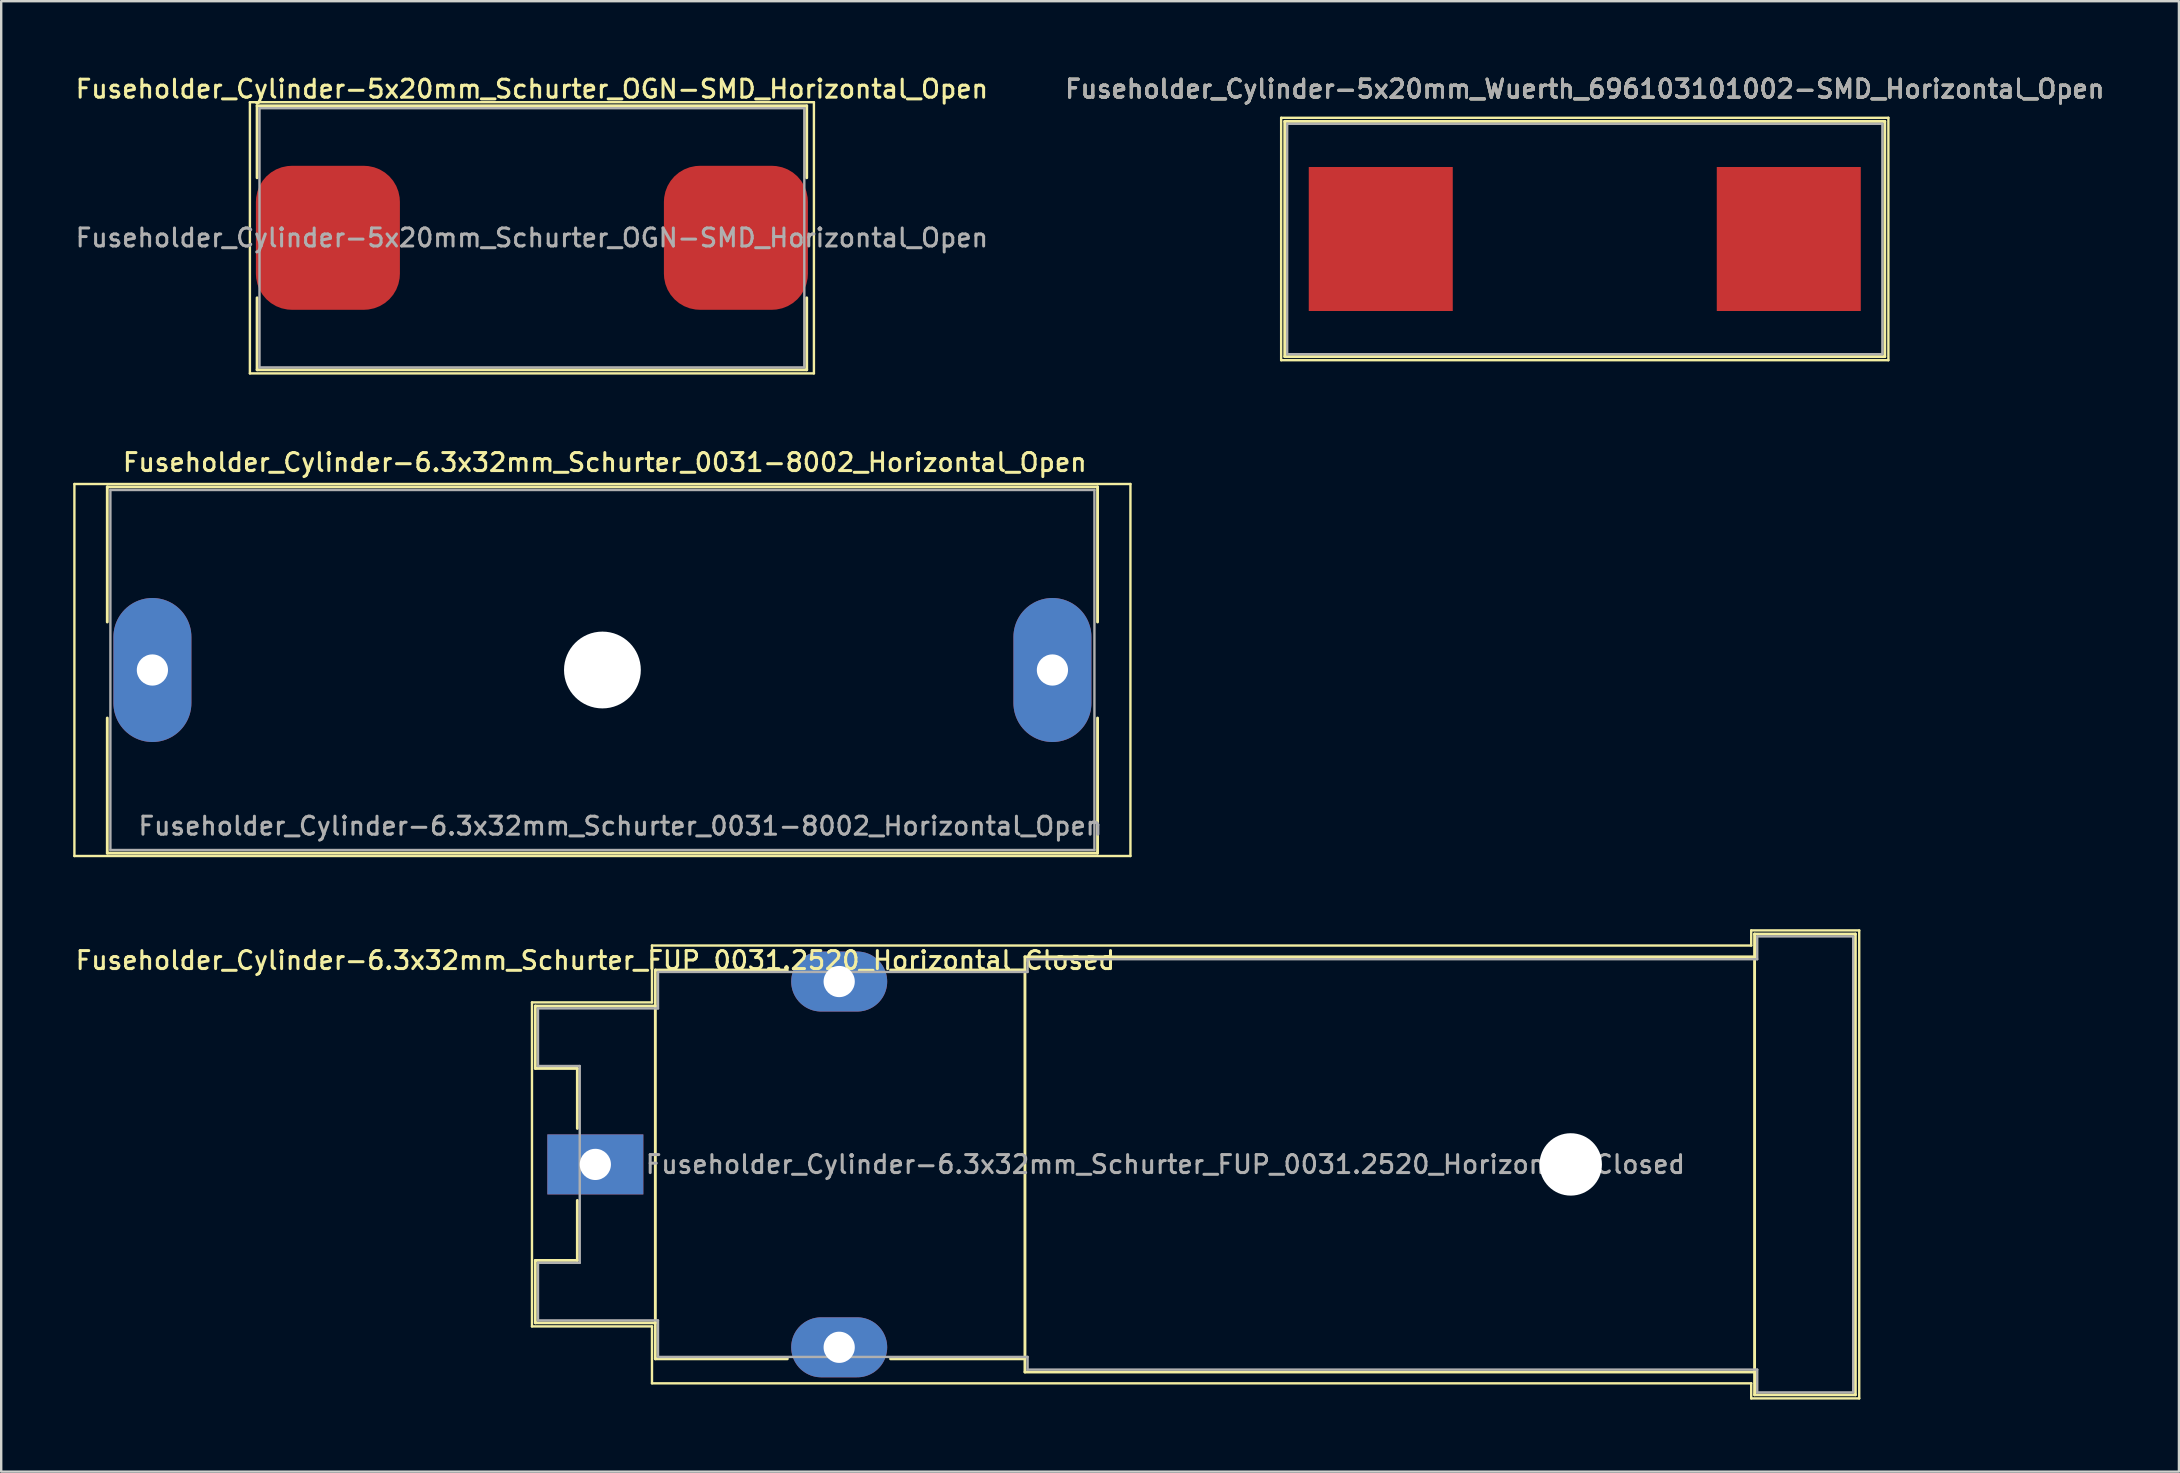
<source format=kicad_pcb>
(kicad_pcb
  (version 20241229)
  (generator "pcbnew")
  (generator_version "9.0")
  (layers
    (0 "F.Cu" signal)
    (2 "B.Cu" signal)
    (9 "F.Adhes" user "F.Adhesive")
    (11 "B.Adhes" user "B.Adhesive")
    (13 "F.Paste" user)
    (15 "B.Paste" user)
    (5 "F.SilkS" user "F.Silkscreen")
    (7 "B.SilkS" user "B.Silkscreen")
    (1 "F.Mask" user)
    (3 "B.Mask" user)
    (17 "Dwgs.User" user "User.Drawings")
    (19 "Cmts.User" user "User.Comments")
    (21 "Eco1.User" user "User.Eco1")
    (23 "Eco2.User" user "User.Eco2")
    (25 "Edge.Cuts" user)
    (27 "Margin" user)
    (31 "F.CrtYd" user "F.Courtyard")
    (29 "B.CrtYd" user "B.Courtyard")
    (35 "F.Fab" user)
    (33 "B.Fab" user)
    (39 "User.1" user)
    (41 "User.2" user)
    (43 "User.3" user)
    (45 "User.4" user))
  (footprint "Fuseholder_Cylinder-6.3x32mm_Schurter_FUP_0031.2520_Horizontal_Closed"
    (layer "F.Cu")
    (at 21.755 45.466)
    (property "Reference" "Fuseholder_Cylinder-6.3x32mm_Schurter_FUP_0031.2520_Horizontal_Closed" (at 0 -8.5 0) (layer "F.SilkS") (effects (font (size 0.75 0.75) (thickness 0.125))))
    (attr through_hole)
    (fp_line (start -2.64 -6.75) (end 2.36 -6.75) (stroke (width 0.1) (type solid)) (layer "F.SilkS"))
    (fp_line (start -2.64 6.75) (end -2.64 -6.75) (stroke (width 0.1) (type solid)) (layer "F.SilkS"))
    (fp_line (start -2.64 6.75) (end 2.36 6.75) (stroke (width 0.1) (type solid)) (layer "F.SilkS"))
    (fp_line (start -2.5 -6.6) (end 2.5 -6.6) (stroke (width 0.12) (type solid)) (layer "F.SilkS"))
    (fp_line (start -2.5 -4) (end -2.5 -6.6) (stroke (width 0.12) (type solid)) (layer "F.SilkS"))
    (fp_line (start -2.5 4) (end -0.75 4) (stroke (width 0.12) (type solid)) (layer "F.SilkS"))
    (fp_line (start -2.5 6.6) (end -2.5 4) (stroke (width 0.12) (type solid)) (layer "F.SilkS"))
    (fp_line (start -2.5 6.6) (end 2.5 6.6) (stroke (width 0.12) (type solid)) (layer "F.SilkS"))
    (fp_line (start -0.75 -4) (end -2.5 -4) (stroke (width 0.12) (type solid)) (layer "F.SilkS"))
    (fp_line (start -0.75 -1.5) (end -0.75 -4) (stroke (width 0.12) (type solid)) (layer "F.SilkS"))
    (fp_line (start -0.75 4) (end -0.75 1.5) (stroke (width 0.12) (type solid)) (layer "F.SilkS"))
    (fp_line (start 2.36 -9.12) (end 2.36 -6.75) (stroke (width 0.1) (type solid)) (layer "F.SilkS"))
    (fp_line (start 2.36 -9.12) (end 48.16 -9.12) (stroke (width 0.1) (type solid)) (layer "F.SilkS"))
    (fp_line (start 2.36 6.75) (end 2.36 9.12) (stroke (width 0.1) (type solid)) (layer "F.SilkS"))
    (fp_line (start 2.5 -8.1) (end 8 -8.1) (stroke (width 0.12) (type solid)) (layer "F.SilkS"))
    (fp_line (start 2.5 8.1) (end 2.5 -8.1) (stroke (width 0.12) (type solid)) (layer "F.SilkS"))
    (fp_line (start 2.5 8.1) (end 8 8.1) (stroke (width 0.12) (type solid)) (layer "F.SilkS"))
    (fp_line (start 12.3 -8.1) (end 17.9 -8.1) (stroke (width 0.12) (type solid)) (layer "F.SilkS"))
    (fp_line (start 12.3 8.1) (end 17.9 8.1) (stroke (width 0.12) (type solid)) (layer "F.SilkS"))
    (fp_line (start 17.9 -8.65) (end 48.3 -8.65) (stroke (width 0.12) (type solid)) (layer "F.SilkS"))
    (fp_line (start 17.9 8.65) (end 17.9 -8.65) (stroke (width 0.12) (type solid)) (layer "F.SilkS"))
    (fp_line (start 17.9 8.65) (end 48.3 8.65) (stroke (width 0.12) (type solid)) (layer "F.SilkS"))
    (fp_line (start 48.16 -9.75) (end 48.16 -9.12) (stroke (width 0.1) (type solid)) (layer "F.SilkS"))
    (fp_line (start 48.16 -9.75) (end 52.66 -9.75) (stroke (width 0.1) (type solid)) (layer "F.SilkS"))
    (fp_line (start 48.16 9.12) (end 2.36 9.12) (stroke (width 0.1) (type solid)) (layer "F.SilkS"))
    (fp_line (start 48.16 9.12) (end 48.16 9.75) (stroke (width 0.1) (type solid)) (layer "F.SilkS"))
    (fp_line (start 48.16 9.75) (end 52.66 9.75) (stroke (width 0.1) (type solid)) (layer "F.SilkS"))
    (fp_line (start 48.3 -9.6) (end 52.5 -9.6) (stroke (width 0.12) (type solid)) (layer "F.SilkS"))
    (fp_line (start 48.3 9.6) (end 48.3 -9.6) (stroke (width 0.12) (type solid)) (layer "F.SilkS"))
    (fp_line (start 48.3 9.6) (end 52.5 9.6) (stroke (width 0.12) (type solid)) (layer "F.SilkS"))
    (fp_line (start 52.5 -9.6) (end 52.5 9.6) (stroke (width 0.12) (type solid)) (layer "F.SilkS"))
    (fp_line (start 52.66 -9.75) (end 52.66 9.75) (stroke (width 0.1) (type solid)) (layer "F.SilkS"))
    (fp_line (start -2.39 -4.1) (end -2.39 -6.5) (stroke (width 0.1) (type solid)) (layer "F.Fab"))
    (fp_line (start -2.39 -4.1) (end -0.65 -4.1) (stroke (width 0.1) (type solid)) (layer "F.Fab"))
    (fp_line (start -2.39 4.1) (end -2.39 6.5) (stroke (width 0.1) (type solid)) (layer "F.Fab"))
    (fp_line (start -2.39 6.5) (end 2.61 6.5) (stroke (width 0.1) (type solid)) (layer "F.Fab"))
    (fp_line (start -0.65 -4.1) (end -0.65 4.1) (stroke (width 0.1) (type solid)) (layer "F.Fab"))
    (fp_line (start -0.65 4.1) (end -2.39 4.1) (stroke (width 0.1) (type solid)) (layer "F.Fab"))
    (fp_line (start 2.61 -8.02) (end 2.61 -6.5) (stroke (width 0.1) (type solid)) (layer "F.Fab"))
    (fp_line (start 2.61 -6.5) (end -2.39 -6.5) (stroke (width 0.1) (type solid)) (layer "F.Fab"))
    (fp_line (start 2.61 6.5) (end 2.61 8.02) (stroke (width 0.1) (type solid)) (layer "F.Fab"))
    (fp_line (start 2.61 8.02) (end 18.01 8.02) (stroke (width 0.1) (type solid)) (layer "F.Fab"))
    (fp_line (start 18.01 -8.55) (end 18.01 -8.02) (stroke (width 0.1) (type solid)) (layer "F.Fab"))
    (fp_line (start 18.01 -8.02) (end 2.61 -8.02) (stroke (width 0.1) (type solid)) (layer "F.Fab"))
    (fp_line (start 18.01 8.02) (end 18.01 8.55) (stroke (width 0.1) (type solid)) (layer "F.Fab"))
    (fp_line (start 18.01 8.55) (end 48.41 8.55) (stroke (width 0.1) (type solid)) (layer "F.Fab"))
    (fp_line (start 48.41 -9.5) (end 48.41 -8.55) (stroke (width 0.1) (type solid)) (layer "F.Fab"))
    (fp_line (start 48.41 -8.55) (end 18.01 -8.55) (stroke (width 0.1) (type solid)) (layer "F.Fab"))
    (fp_line (start 48.41 8.55) (end 48.41 9.5) (stroke (width 0.1) (type solid)) (layer "F.Fab"))
    (fp_line (start 48.41 9.5) (end 52.41 9.5) (stroke (width 0.1) (type solid)) (layer "F.Fab"))
    (fp_line (start 52.41 -9.5) (end 48.41 -9.5) (stroke (width 0.1) (type solid)) (layer "F.Fab"))
    (fp_line (start 52.41 -9.5) (end 52.41 9.5) (stroke (width 0.1) (type solid)) (layer "F.Fab"))
    (fp_text user "${REFERENCE}" (at 23.75 0 0) (layer "F.Fab") (effects (font (size 0.75 0.75) (thickness 0.125))))
    (pad "" np_thru_hole circle (at 40.64 0) (size 2.6 2.6) (drill 2.6) (layers "*.Cu" "*.Mask"))
    (pad "1" thru_hole rect (at 0 0) (size 4 2.5) (drill 1.3) (layers "*.Cu" "*.Mask"))
    (pad "2" thru_hole oval (at 10.16 -7.62) (size 4 2.5) (drill 1.3) (layers "*.Cu" "*.Mask"))
    (pad "2" thru_hole oval (at 10.16 7.62) (size 4 2.5) (drill 1.3) (layers "*.Cu" "*.Mask")))
  (footprint "Fuseholder_Cylinder-5x20mm_Schurter_OGN-SMD_Horizontal_Open"
    (layer "F.Cu")
    (at 19.112 6.858)
    (property "Reference" "Fuseholder_Cylinder-5x20mm_Schurter_OGN-SMD_Horizontal_Open" (at 0 -6.2 0) (layer "F.SilkS") (effects (font (size 0.75 0.75) (thickness 0.125))))
    (attr smd)
    (fp_line (start -11.75 -5.65) (end 11.75 -5.65) (stroke (width 0.1) (type solid)) (layer "F.SilkS"))
    (fp_line (start -11.75 5.65) (end -11.75 -5.65) (stroke (width 0.1) (type solid)) (layer "F.SilkS"))
    (fp_line (start -11.45 -5.5) (end -11.45 -2.5) (stroke (width 0.12) (type solid)) (layer "F.SilkS"))
    (fp_line (start -11.45 -5.5) (end 11.45 -5.5) (stroke (width 0.12) (type solid)) (layer "F.SilkS"))
    (fp_line (start -11.45 5.5) (end -11.45 2.5) (stroke (width 0.12) (type solid)) (layer "F.SilkS"))
    (fp_line (start -11.45 5.5) (end 11.45 5.5) (stroke (width 0.12) (type solid)) (layer "F.SilkS"))
    (fp_line (start 11.45 -5.5) (end 11.45 -2.5) (stroke (width 0.12) (type solid)) (layer "F.SilkS"))
    (fp_line (start 11.45 5.5) (end 11.45 2.5) (stroke (width 0.12) (type solid)) (layer "F.SilkS"))
    (fp_line (start 11.75 5.65) (end -11.75 5.65) (stroke (width 0.1) (type solid)) (layer "F.SilkS"))
    (fp_line (start 11.75 5.65) (end 11.75 -5.65) (stroke (width 0.1) (type solid)) (layer "F.SilkS"))
    (fp_line (start -11.35 -5.4) (end -11.35 5.4) (stroke (width 0.1) (type solid)) (layer "F.Fab"))
    (fp_line (start -11.35 -5.4) (end 11.35 -5.4) (stroke (width 0.1) (type solid)) (layer "F.Fab"))
    (fp_line (start 11.35 -5.4) (end 11.35 5.4) (stroke (width 0.1) (type solid)) (layer "F.Fab"))
    (fp_line (start 11.35 5.4) (end -11.35 5.4) (stroke (width 0.1) (type solid)) (layer "F.Fab"))
    (fp_text user "${REFERENCE}" (at 0 0 0) (layer "F.Fab") (effects (font (size 0.75 0.75) (thickness 0.125))))
    (pad "1" smd roundrect (at -8.5 0) (size 6 6) (layers "F.Cu" "F.Mask" "F.Paste") (roundrect_rratio 0.25))
    (pad "2" smd roundrect (at 8.5 0) (size 6 6) (layers "F.Cu" "F.Mask" "F.Paste") (roundrect_rratio 0.25)))
  (footprint "Fuseholder_Cylinder-5x20mm_Wuerth_696103101002-SMD_Horizontal_Open"
    (layer "F.Cu")
    (at 62.98 6.908)
    (property "Reference" "Fuseholder_Cylinder-5x20mm_Wuerth_696103101002-SMD_Horizontal_Open" (at 0 -6.25 0) (layer "F.SilkS") (effects (font (size 0.75 0.75) (thickness 0.125))))
    (attr smd)
    (fp_line (start -12.65 -5.05) (end 12.65 -5.05) (stroke (width 0.1) (type solid)) (layer "F.SilkS"))
    (fp_line (start -12.65 5.05) (end -12.65 -5.05) (stroke (width 0.1) (type solid)) (layer "F.SilkS"))
    (fp_line (start -12.5 -4.9) (end 12.5 -4.9) (stroke (width 0.12) (type solid)) (layer "F.SilkS"))
    (fp_line (start -12.5 4.9) (end -12.5 -4.9) (stroke (width 0.12) (type solid)) (layer "F.SilkS"))
    (fp_line (start 12.5 -4.9) (end 12.5 4.9) (stroke (width 0.12) (type solid)) (layer "F.SilkS"))
    (fp_line (start 12.5 4.9) (end -12.5 4.9) (stroke (width 0.12) (type solid)) (layer "F.SilkS"))
    (fp_line (start 12.65 -5.05) (end 12.65 5.05) (stroke (width 0.1) (type solid)) (layer "F.SilkS"))
    (fp_line (start 12.65 5.05) (end -12.65 5.05) (stroke (width 0.1) (type solid)) (layer "F.SilkS"))
    (fp_line (start -12.4 -4.8) (end -12.4 4.8) (stroke (width 0.1) (type solid)) (layer "F.Fab"))
    (fp_line (start -12.4 -4.8) (end 12.4 -4.8) (stroke (width 0.1) (type solid)) (layer "F.Fab"))
    (fp_line (start 12.4 -4.8) (end 12.4 4.8) (stroke (width 0.1) (type solid)) (layer "F.Fab"))
    (fp_line (start 12.4 4.8) (end -12.4 4.8) (stroke (width 0.1) (type solid)) (layer "F.Fab"))
    (fp_text user "${REFERENCE}" (at 0 -6.25 0) (layer "F.Fab") (effects (font (size 0.75 0.75) (thickness 0.125))))
    (fp_text user "${REFERENCE}" (at 0 -6.25 0) (layer "F.Fab") (effects (font (size 0.75 0.75) (thickness 0.125))))
    (pad "1" smd rect (at -8.5 0) (size 6 6) (layers "F.Cu" "F.Mask" "F.Paste"))
    (pad "2" smd rect (at 8.5 0) (size 6 6) (layers "F.Cu" "F.Mask" "F.Paste")))
  (footprint "Fuseholder_Cylinder-6.3x32mm_Schurter_0031-8002_Horizontal_Open"
    (layer "F.Cu")
    (at 3.3 24.866)
    (property "Reference" "Fuseholder_Cylinder-6.3x32mm_Schurter_0031-8002_Horizontal_Open" (at 18.85 -8.65 0) (layer "F.SilkS") (effects (font (size 0.75 0.75) (thickness 0.125))))
    (attr through_hole)
    (fp_line (start -3.25 -7.75) (end -3.25 7.75) (stroke (width 0.1) (type solid)) (layer "F.SilkS"))
    (fp_line (start -3.25 -7.75) (end 40.75 -7.75) (stroke (width 0.1) (type solid)) (layer "F.SilkS"))
    (fp_line (start -1.88 -7.63) (end -1.88 -2) (stroke (width 0.12) (type solid)) (layer "F.SilkS"))
    (fp_line (start -1.88 -7.63) (end 39.38 -7.63) (stroke (width 0.12) (type solid)) (layer "F.SilkS"))
    (fp_line (start -1.88 2) (end -1.88 7.63) (stroke (width 0.12) (type solid)) (layer "F.SilkS"))
    (fp_line (start 39.38 -7.63) (end 39.38 -2) (stroke (width 0.12) (type solid)) (layer "F.SilkS"))
    (fp_line (start 39.38 2) (end 39.38 7.63) (stroke (width 0.12) (type solid)) (layer "F.SilkS"))
    (fp_line (start 39.38 7.63) (end -1.88 7.63) (stroke (width 0.12) (type solid)) (layer "F.SilkS"))
    (fp_line (start 40.75 7.75) (end -3.25 7.75) (stroke (width 0.1) (type solid)) (layer "F.SilkS"))
    (fp_line (start 40.75 7.75) (end 40.75 -7.75) (stroke (width 0.1) (type solid)) (layer "F.SilkS"))
    (fp_line (start -1.75 -7.5) (end -1.75 7.5) (stroke (width 0.1) (type solid)) (layer "F.Fab"))
    (fp_line (start -1.75 7.5) (end 39.25 7.5) (stroke (width 0.1) (type solid)) (layer "F.Fab"))
    (fp_line (start 39.25 -7.5) (end -1.75 -7.5) (stroke (width 0.1) (type solid)) (layer "F.Fab"))
    (fp_line (start 39.25 7.5) (end 39.25 -7.5) (stroke (width 0.1) (type solid)) (layer "F.Fab"))
    (fp_text user "${REFERENCE}" (at 19.5 6.5 0) (layer "F.Fab") (effects (font (size 0.75 0.75) (thickness 0.125))))
    (pad "" np_thru_hole circle (at 18.75 0) (size 3.2 3.2) (drill 3.2) (layers "*.Cu" "*.Mask"))
    (pad "1" thru_hole oval (at 0 0) (size 3.25 6) (drill 1.3) (layers "*.Cu" "*.Mask"))
    (pad "2" thru_hole oval (at 37.5 0) (size 3.25 6) (drill 1.3) (layers "*.Cu" "*.Mask")))
  (gr_rect
    (start -3 -3)
    (end 87.736 58.266)
    (stroke (width 0.1) (type default))
    (fill no)
    (layer "Edge.Cuts")))
</source>
